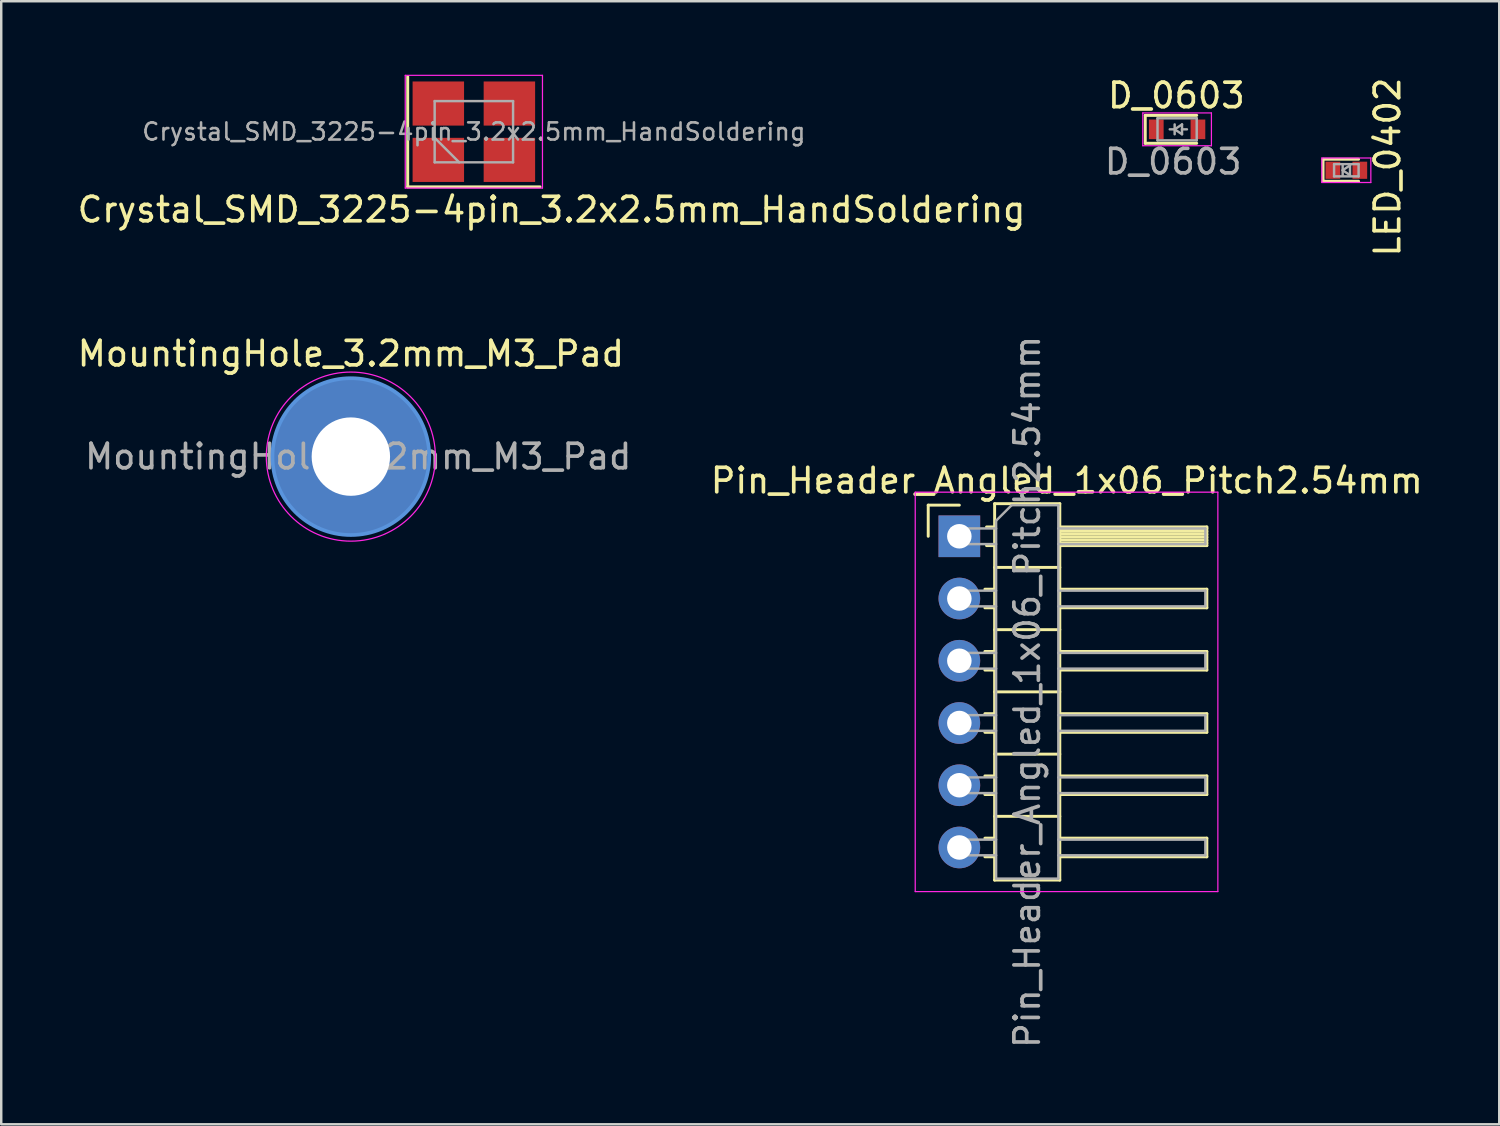
<source format=kicad_pcb>
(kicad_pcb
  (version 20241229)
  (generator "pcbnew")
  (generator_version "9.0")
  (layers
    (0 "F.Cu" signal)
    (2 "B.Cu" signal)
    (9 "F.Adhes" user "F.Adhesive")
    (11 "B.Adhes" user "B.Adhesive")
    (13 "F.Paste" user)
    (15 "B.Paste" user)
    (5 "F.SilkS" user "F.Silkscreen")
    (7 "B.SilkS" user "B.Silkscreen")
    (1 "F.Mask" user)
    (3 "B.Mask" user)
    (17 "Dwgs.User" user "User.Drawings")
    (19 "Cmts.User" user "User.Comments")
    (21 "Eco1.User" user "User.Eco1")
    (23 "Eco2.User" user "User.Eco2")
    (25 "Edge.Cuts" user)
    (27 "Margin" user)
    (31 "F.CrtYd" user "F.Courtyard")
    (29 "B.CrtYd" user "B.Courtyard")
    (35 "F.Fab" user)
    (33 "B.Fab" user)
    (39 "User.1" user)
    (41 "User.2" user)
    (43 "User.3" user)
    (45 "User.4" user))
  (footprint "D_0603"
    (layer "F.Cu")
    (at 44.987 2.228)
    (property "Reference" "D_0603" (at -0.03 -1.38 0) (layer "F.SilkS") (effects (font (size 1 1) (thickness 0.15))))
    (attr smd)
    (fp_line (start -1.3 -0.57) (end -1.3 0.57) (stroke (width 0.12) (type solid)) (layer "F.SilkS"))
    (fp_line (start -1.3 -0.57) (end 0.8 -0.57) (stroke (width 0.12) (type solid)) (layer "F.SilkS"))
    (fp_line (start -1.3 0.57) (end 0.8 0.57) (stroke (width 0.12) (type solid)) (layer "F.SilkS"))
    (fp_line (start -1.4 -0.67) (end -1.4 0.67) (stroke (width 0.05) (type solid)) (layer "F.CrtYd"))
    (fp_line (start -1.4 0.67) (end 1.4 0.67) (stroke (width 0.05) (type solid)) (layer "F.CrtYd"))
    (fp_line (start 1.4 -0.67) (end -1.4 -0.67) (stroke (width 0.05) (type solid)) (layer "F.CrtYd"))
    (fp_line (start 1.4 0.67) (end 1.4 -0.67) (stroke (width 0.05) (type solid)) (layer "F.CrtYd"))
    (fp_line (start -0.8 -0.45) (end 0.8 -0.45) (stroke (width 0.1) (type solid)) (layer "F.Fab"))
    (fp_line (start -0.8 0.45) (end -0.8 -0.45) (stroke (width 0.1) (type solid)) (layer "F.Fab"))
    (fp_line (start -0.1 -0.2) (end -0.1 0.2) (stroke (width 0.1) (type solid)) (layer "F.Fab"))
    (fp_line (start -0.1 0) (end -0.3 0) (stroke (width 0.1) (type solid)) (layer "F.Fab"))
    (fp_line (start -0.1 0) (end 0.2 0.2) (stroke (width 0.1) (type solid)) (layer "F.Fab"))
    (fp_line (start 0.2 -0.2) (end -0.1 0) (stroke (width 0.1) (type solid)) (layer "F.Fab"))
    (fp_line (start 0.2 0) (end 0.4 0) (stroke (width 0.1) (type solid)) (layer "F.Fab"))
    (fp_line (start 0.2 0.2) (end 0.2 -0.2) (stroke (width 0.1) (type solid)) (layer "F.Fab"))
    (fp_line (start 0.8 -0.45) (end 0.8 0.45) (stroke (width 0.1) (type solid)) (layer "F.Fab"))
    (fp_line (start 0.8 0.45) (end -0.8 0.45) (stroke (width 0.1) (type solid)) (layer "F.Fab"))
    (fp_text user "${REFERENCE}" (at -0.16 1.32 0) (layer "F.Fab") (effects (font (size 1 1) (thickness 0.15))))
    (pad "1" smd rect (at -0.85 0) (size 0.6 0.8) (layers "F.Cu" "F.Mask" "F.Paste"))
    (pad "2" smd rect (at 0.85 0) (size 0.6 0.8) (layers "F.Cu" "F.Mask" "F.Paste")))
  (footprint "Crystal_SMD_3225-4pin_3.2x2.5mm_HandSoldering"
    (layer "F.Cu")
    (at 16.288 2.325)
    (property "Reference" "Crystal_SMD_3225-4pin_3.2x2.5mm_HandSoldering" (at 3.17 3.18 0) (layer "F.SilkS") (effects (font (size 1 1) (thickness 0.15))))
    (attr smd)
    (fp_line (start -2.7 -2.25) (end -2.7 2.25) (stroke (width 0.12) (type solid)) (layer "F.SilkS"))
    (fp_line (start -2.7 2.25) (end 2.7 2.25) (stroke (width 0.12) (type solid)) (layer "F.SilkS"))
    (fp_line (start -2.8 -2.3) (end -2.8 2.3) (stroke (width 0.05) (type solid)) (layer "F.CrtYd"))
    (fp_line (start -2.8 2.3) (end 2.8 2.3) (stroke (width 0.05) (type solid)) (layer "F.CrtYd"))
    (fp_line (start 2.8 -2.3) (end -2.8 -2.3) (stroke (width 0.05) (type solid)) (layer "F.CrtYd"))
    (fp_line (start 2.8 2.3) (end 2.8 -2.3) (stroke (width 0.05) (type solid)) (layer "F.CrtYd"))
    (fp_line (start -1.6 -1.25) (end -1.6 1.25) (stroke (width 0.1) (type solid)) (layer "F.Fab"))
    (fp_line (start -1.6 0.25) (end -0.6 1.25) (stroke (width 0.1) (type solid)) (layer "F.Fab"))
    (fp_line (start -1.6 1.25) (end 1.6 1.25) (stroke (width 0.1) (type solid)) (layer "F.Fab"))
    (fp_line (start 1.6 -1.25) (end -1.6 -1.25) (stroke (width 0.1) (type solid)) (layer "F.Fab"))
    (fp_line (start 1.6 1.25) (end 1.6 -1.25) (stroke (width 0.1) (type solid)) (layer "F.Fab"))
    (fp_text user "${REFERENCE}" (at 0 0 0) (layer "F.Fab") (effects (font (size 0.7 0.7) (thickness 0.105))))
    (pad "1" smd rect (at -1.45 1.15) (size 2.1 1.8) (layers "F.Cu" "F.Mask" "F.Paste"))
    (pad "2" smd rect (at 1.45 1.15) (size 2.1 1.8) (layers "F.Cu" "F.Mask" "F.Paste"))
    (pad "3" smd rect (at 1.45 -1.15) (size 2.1 1.8) (layers "F.Cu" "F.Mask" "F.Paste"))
    (pad "4" smd rect (at -1.45 -1.15) (size 2.1 1.8) (layers "F.Cu" "F.Mask" "F.Paste")))
  (footprint "LED_0402"
    (layer "F.Cu")
    (at 51.893 3.898)
    (property "Reference" "LED_0402" (at 1.68 -0.13 90) (layer "F.SilkS") (effects (font (size 1 1) (thickness 0.15))))
    (attr smd)
    (fp_line (start -0.95 -0.45) (end -0.95 0.45) (stroke (width 0.12) (type solid)) (layer "F.SilkS"))
    (fp_line (start -0.95 -0.45) (end 0.5 -0.45) (stroke (width 0.12) (type solid)) (layer "F.SilkS"))
    (fp_line (start -0.95 0.45) (end 0.5 0.45) (stroke (width 0.12) (type solid)) (layer "F.SilkS"))
    (fp_line (start -1 -0.5) (end 1 -0.5) (stroke (width 0.05) (type solid)) (layer "F.CrtYd"))
    (fp_line (start -1 0.5) (end -1 -0.5) (stroke (width 0.05) (type solid)) (layer "F.CrtYd"))
    (fp_line (start 1 -0.5) (end 1 0.5) (stroke (width 0.05) (type solid)) (layer "F.CrtYd"))
    (fp_line (start 1 0.5) (end -1 0.5) (stroke (width 0.05) (type solid)) (layer "F.CrtYd"))
    (fp_line (start -0.5 -0.25) (end 0.5 -0.25) (stroke (width 0.1) (type solid)) (layer "F.Fab"))
    (fp_line (start -0.5 0.25) (end -0.5 -0.25) (stroke (width 0.1) (type solid)) (layer "F.Fab"))
    (fp_line (start -0.15 -0.2) (end -0.15 0.2) (stroke (width 0.1) (type solid)) (layer "F.Fab"))
    (fp_line (start -0.15 0) (end 0.15 -0.2) (stroke (width 0.1) (type solid)) (layer "F.Fab"))
    (fp_line (start 0.15 -0.2) (end 0.15 0.2) (stroke (width 0.1) (type solid)) (layer "F.Fab"))
    (fp_line (start 0.15 0.2) (end -0.15 0) (stroke (width 0.1) (type solid)) (layer "F.Fab"))
    (fp_line (start 0.5 -0.25) (end 0.5 0.25) (stroke (width 0.1) (type solid)) (layer "F.Fab"))
    (fp_line (start 0.5 0.25) (end -0.5 0.25) (stroke (width 0.1) (type solid)) (layer "F.Fab"))
    (pad "1" smd rect (at -0.55 0 180) (size 0.6 0.7) (layers "F.Cu" "F.Mask" "F.Paste"))
    (pad "2" smd rect (at 0.55 0 180) (size 0.6 0.7) (layers "F.Cu" "F.Mask" "F.Paste")))
  (footprint "Pin_Header_Angled_1x06_Pitch2.54mm"
    (layer "F.Cu")
    (at 36.1 18.835)
    (property "Reference" "Pin_Header_Angled_1x06_Pitch2.54mm" (at 4.385 -2.27 0) (layer "F.SilkS") (effects (font (size 1 1) (thickness 0.15))))
    (attr through_hole)
    (fp_line (start -1.27 -1.27) (end 0 -1.27) (stroke (width 0.12) (type solid)) (layer "F.SilkS"))
    (fp_line (start -1.27 0) (end -1.27 -1.27) (stroke (width 0.12) (type solid)) (layer "F.SilkS"))
    (fp_line (start 1.043 2.16) (end 1.44 2.16) (stroke (width 0.12) (type solid)) (layer "F.SilkS"))
    (fp_line (start 1.043 2.92) (end 1.44 2.92) (stroke (width 0.12) (type solid)) (layer "F.SilkS"))
    (fp_line (start 1.043 4.7) (end 1.44 4.7) (stroke (width 0.12) (type solid)) (layer "F.SilkS"))
    (fp_line (start 1.043 5.46) (end 1.44 5.46) (stroke (width 0.12) (type solid)) (layer "F.SilkS"))
    (fp_line (start 1.043 7.24) (end 1.44 7.24) (stroke (width 0.12) (type solid)) (layer "F.SilkS"))
    (fp_line (start 1.043 8) (end 1.44 8) (stroke (width 0.12) (type solid)) (layer "F.SilkS"))
    (fp_line (start 1.043 9.78) (end 1.44 9.78) (stroke (width 0.12) (type solid)) (layer "F.SilkS"))
    (fp_line (start 1.043 10.54) (end 1.44 10.54) (stroke (width 0.12) (type solid)) (layer "F.SilkS"))
    (fp_line (start 1.043 12.32) (end 1.44 12.32) (stroke (width 0.12) (type solid)) (layer "F.SilkS"))
    (fp_line (start 1.043 13.08) (end 1.44 13.08) (stroke (width 0.12) (type solid)) (layer "F.SilkS"))
    (fp_line (start 1.11 -0.38) (end 1.44 -0.38) (stroke (width 0.12) (type solid)) (layer "F.SilkS"))
    (fp_line (start 1.11 0.38) (end 1.44 0.38) (stroke (width 0.12) (type solid)) (layer "F.SilkS"))
    (fp_line (start 1.44 -1.33) (end 1.44 14.03) (stroke (width 0.12) (type solid)) (layer "F.SilkS"))
    (fp_line (start 1.44 1.27) (end 4.1 1.27) (stroke (width 0.12) (type solid)) (layer "F.SilkS"))
    (fp_line (start 1.44 3.81) (end 4.1 3.81) (stroke (width 0.12) (type solid)) (layer "F.SilkS"))
    (fp_line (start 1.44 6.35) (end 4.1 6.35) (stroke (width 0.12) (type solid)) (layer "F.SilkS"))
    (fp_line (start 1.44 8.89) (end 4.1 8.89) (stroke (width 0.12) (type solid)) (layer "F.SilkS"))
    (fp_line (start 1.44 11.43) (end 4.1 11.43) (stroke (width 0.12) (type solid)) (layer "F.SilkS"))
    (fp_line (start 1.44 14.03) (end 4.1 14.03) (stroke (width 0.12) (type solid)) (layer "F.SilkS"))
    (fp_line (start 4.1 -1.33) (end 1.44 -1.33) (stroke (width 0.12) (type solid)) (layer "F.SilkS"))
    (fp_line (start 4.1 -0.38) (end 10.1 -0.38) (stroke (width 0.12) (type solid)) (layer "F.SilkS"))
    (fp_line (start 4.1 -0.32) (end 10.1 -0.32) (stroke (width 0.12) (type solid)) (layer "F.SilkS"))
    (fp_line (start 4.1 -0.2) (end 10.1 -0.2) (stroke (width 0.12) (type solid)) (layer "F.SilkS"))
    (fp_line (start 4.1 -0.08) (end 10.1 -0.08) (stroke (width 0.12) (type solid)) (layer "F.SilkS"))
    (fp_line (start 4.1 0.04) (end 10.1 0.04) (stroke (width 0.12) (type solid)) (layer "F.SilkS"))
    (fp_line (start 4.1 0.16) (end 10.1 0.16) (stroke (width 0.12) (type solid)) (layer "F.SilkS"))
    (fp_line (start 4.1 0.28) (end 10.1 0.28) (stroke (width 0.12) (type solid)) (layer "F.SilkS"))
    (fp_line (start 4.1 2.16) (end 10.1 2.16) (stroke (width 0.12) (type solid)) (layer "F.SilkS"))
    (fp_line (start 4.1 4.7) (end 10.1 4.7) (stroke (width 0.12) (type solid)) (layer "F.SilkS"))
    (fp_line (start 4.1 7.24) (end 10.1 7.24) (stroke (width 0.12) (type solid)) (layer "F.SilkS"))
    (fp_line (start 4.1 9.78) (end 10.1 9.78) (stroke (width 0.12) (type solid)) (layer "F.SilkS"))
    (fp_line (start 4.1 12.32) (end 10.1 12.32) (stroke (width 0.12) (type solid)) (layer "F.SilkS"))
    (fp_line (start 4.1 14.03) (end 4.1 -1.33) (stroke (width 0.12) (type solid)) (layer "F.SilkS"))
    (fp_line (start 10.1 -0.38) (end 10.1 0.38) (stroke (width 0.12) (type solid)) (layer "F.SilkS"))
    (fp_line (start 10.1 0.38) (end 4.1 0.38) (stroke (width 0.12) (type solid)) (layer "F.SilkS"))
    (fp_line (start 10.1 2.16) (end 10.1 2.92) (stroke (width 0.12) (type solid)) (layer "F.SilkS"))
    (fp_line (start 10.1 2.92) (end 4.1 2.92) (stroke (width 0.12) (type solid)) (layer "F.SilkS"))
    (fp_line (start 10.1 4.7) (end 10.1 5.46) (stroke (width 0.12) (type solid)) (layer "F.SilkS"))
    (fp_line (start 10.1 5.46) (end 4.1 5.46) (stroke (width 0.12) (type solid)) (layer "F.SilkS"))
    (fp_line (start 10.1 7.24) (end 10.1 8) (stroke (width 0.12) (type solid)) (layer "F.SilkS"))
    (fp_line (start 10.1 8) (end 4.1 8) (stroke (width 0.12) (type solid)) (layer "F.SilkS"))
    (fp_line (start 10.1 9.78) (end 10.1 10.54) (stroke (width 0.12) (type solid)) (layer "F.SilkS"))
    (fp_line (start 10.1 10.54) (end 4.1 10.54) (stroke (width 0.12) (type solid)) (layer "F.SilkS"))
    (fp_line (start 10.1 12.32) (end 10.1 13.08) (stroke (width 0.12) (type solid)) (layer "F.SilkS"))
    (fp_line (start 10.1 13.08) (end 4.1 13.08) (stroke (width 0.12) (type solid)) (layer "F.SilkS"))
    (fp_line (start -1.8 -1.8) (end -1.8 14.5) (stroke (width 0.05) (type solid)) (layer "F.CrtYd"))
    (fp_line (start -1.8 14.5) (end 10.55 14.5) (stroke (width 0.05) (type solid)) (layer "F.CrtYd"))
    (fp_line (start 10.55 -1.8) (end -1.8 -1.8) (stroke (width 0.05) (type solid)) (layer "F.CrtYd"))
    (fp_line (start 10.55 14.5) (end 10.55 -1.8) (stroke (width 0.05) (type solid)) (layer "F.CrtYd"))
    (fp_line (start -0.32 -0.32) (end -0.32 0.32) (stroke (width 0.1) (type solid)) (layer "F.Fab"))
    (fp_line (start -0.32 -0.32) (end 1.5 -0.32) (stroke (width 0.1) (type solid)) (layer "F.Fab"))
    (fp_line (start -0.32 0.32) (end 1.5 0.32) (stroke (width 0.1) (type solid)) (layer "F.Fab"))
    (fp_line (start -0.32 2.22) (end -0.32 2.86) (stroke (width 0.1) (type solid)) (layer "F.Fab"))
    (fp_line (start -0.32 2.22) (end 1.5 2.22) (stroke (width 0.1) (type solid)) (layer "F.Fab"))
    (fp_line (start -0.32 2.86) (end 1.5 2.86) (stroke (width 0.1) (type solid)) (layer "F.Fab"))
    (fp_line (start -0.32 4.76) (end -0.32 5.4) (stroke (width 0.1) (type solid)) (layer "F.Fab"))
    (fp_line (start -0.32 4.76) (end 1.5 4.76) (stroke (width 0.1) (type solid)) (layer "F.Fab"))
    (fp_line (start -0.32 5.4) (end 1.5 5.4) (stroke (width 0.1) (type solid)) (layer "F.Fab"))
    (fp_line (start -0.32 7.3) (end -0.32 7.94) (stroke (width 0.1) (type solid)) (layer "F.Fab"))
    (fp_line (start -0.32 7.3) (end 1.5 7.3) (stroke (width 0.1) (type solid)) (layer "F.Fab"))
    (fp_line (start -0.32 7.94) (end 1.5 7.94) (stroke (width 0.1) (type solid)) (layer "F.Fab"))
    (fp_line (start -0.32 9.84) (end -0.32 10.48) (stroke (width 0.1) (type solid)) (layer "F.Fab"))
    (fp_line (start -0.32 9.84) (end 1.5 9.84) (stroke (width 0.1) (type solid)) (layer "F.Fab"))
    (fp_line (start -0.32 10.48) (end 1.5 10.48) (stroke (width 0.1) (type solid)) (layer "F.Fab"))
    (fp_line (start -0.32 12.38) (end -0.32 13.02) (stroke (width 0.1) (type solid)) (layer "F.Fab"))
    (fp_line (start -0.32 12.38) (end 1.5 12.38) (stroke (width 0.1) (type solid)) (layer "F.Fab"))
    (fp_line (start -0.32 13.02) (end 1.5 13.02) (stroke (width 0.1) (type solid)) (layer "F.Fab"))
    (fp_line (start 1.5 -0.635) (end 2.135 -1.27) (stroke (width 0.1) (type solid)) (layer "F.Fab"))
    (fp_line (start 1.5 13.97) (end 1.5 -0.635) (stroke (width 0.1) (type solid)) (layer "F.Fab"))
    (fp_line (start 2.135 -1.27) (end 4.04 -1.27) (stroke (width 0.1) (type solid)) (layer "F.Fab"))
    (fp_line (start 4.04 -1.27) (end 4.04 13.97) (stroke (width 0.1) (type solid)) (layer "F.Fab"))
    (fp_line (start 4.04 -0.32) (end 10.04 -0.32) (stroke (width 0.1) (type solid)) (layer "F.Fab"))
    (fp_line (start 4.04 0.32) (end 10.04 0.32) (stroke (width 0.1) (type solid)) (layer "F.Fab"))
    (fp_line (start 4.04 2.22) (end 10.04 2.22) (stroke (width 0.1) (type solid)) (layer "F.Fab"))
    (fp_line (start 4.04 2.86) (end 10.04 2.86) (stroke (width 0.1) (type solid)) (layer "F.Fab"))
    (fp_line (start 4.04 4.76) (end 10.04 4.76) (stroke (width 0.1) (type solid)) (layer "F.Fab"))
    (fp_line (start 4.04 5.4) (end 10.04 5.4) (stroke (width 0.1) (type solid)) (layer "F.Fab"))
    (fp_line (start 4.04 7.3) (end 10.04 7.3) (stroke (width 0.1) (type solid)) (layer "F.Fab"))
    (fp_line (start 4.04 7.94) (end 10.04 7.94) (stroke (width 0.1) (type solid)) (layer "F.Fab"))
    (fp_line (start 4.04 9.84) (end 10.04 9.84) (stroke (width 0.1) (type solid)) (layer "F.Fab"))
    (fp_line (start 4.04 10.48) (end 10.04 10.48) (stroke (width 0.1) (type solid)) (layer "F.Fab"))
    (fp_line (start 4.04 12.38) (end 10.04 12.38) (stroke (width 0.1) (type solid)) (layer "F.Fab"))
    (fp_line (start 4.04 13.02) (end 10.04 13.02) (stroke (width 0.1) (type solid)) (layer "F.Fab"))
    (fp_line (start 4.04 13.97) (end 1.5 13.97) (stroke (width 0.1) (type solid)) (layer "F.Fab"))
    (fp_line (start 10.04 -0.32) (end 10.04 0.32) (stroke (width 0.1) (type solid)) (layer "F.Fab"))
    (fp_line (start 10.04 2.22) (end 10.04 2.86) (stroke (width 0.1) (type solid)) (layer "F.Fab"))
    (fp_line (start 10.04 4.76) (end 10.04 5.4) (stroke (width 0.1) (type solid)) (layer "F.Fab"))
    (fp_line (start 10.04 7.3) (end 10.04 7.94) (stroke (width 0.1) (type solid)) (layer "F.Fab"))
    (fp_line (start 10.04 9.84) (end 10.04 10.48) (stroke (width 0.1) (type solid)) (layer "F.Fab"))
    (fp_line (start 10.04 12.38) (end 10.04 13.02) (stroke (width 0.1) (type solid)) (layer "F.Fab"))
    (fp_text user "${REFERENCE}" (at 2.77 6.35 90) (layer "F.Fab") (effects (font (size 1 1) (thickness 0.15))))
    (pad "1" thru_hole rect (at 0 0) (size 1.7 1.7) (drill 1) (layers "*.Cu" "*.Mask"))
    (pad "2" thru_hole oval (at 0 2.54) (size 1.7 1.7) (drill 1) (layers "*.Cu" "*.Mask"))
    (pad "3" thru_hole oval (at 0 5.08) (size 1.7 1.7) (drill 1) (layers "*.Cu" "*.Mask"))
    (pad "4" thru_hole oval (at 0 7.62) (size 1.7 1.7) (drill 1) (layers "*.Cu" "*.Mask"))
    (pad "5" thru_hole oval (at 0 10.16) (size 1.7 1.7) (drill 1) (layers "*.Cu" "*.Mask"))
    (pad "6" thru_hole oval (at 0 12.7) (size 1.7 1.7) (drill 1) (layers "*.Cu" "*.Mask")))
  (footprint "MountingHole_3.2mm_M3_Pad"
    (layer "F.Cu")
    (at 11.268 15.584)
    (property "Reference" "MountingHole_3.2mm_M3_Pad" (at 0 -4.2 0) (layer "F.SilkS") (effects (font (size 1 1) (thickness 0.15))))
    (attr exclude_from_pos_files exclude_from_bom)
    (fp_circle (center 0 0) (end 3.2 0) (stroke (width 0.15) (type solid)) (fill no) (layer "Cmts.User"))
    (fp_circle (center 0 0) (end 3.45 0) (stroke (width 0.05) (type solid)) (fill no) (layer "F.CrtYd"))
    (fp_text user "${REFERENCE}" (at 0.3 0 0) (layer "F.Fab") (effects (font (size 1 1) (thickness 0.15))))
    (pad "1" thru_hole circle (at 0 0) (size 6.4 6.4) (drill 3.2) (layers "*.Cu" "*.Mask")))
  (gr_rect
    (start -3 -3)
    (end 58.133 42.833)
    (stroke (width 0.1) (type default))
    (fill no)
    (layer "Edge.Cuts")))
</source>
